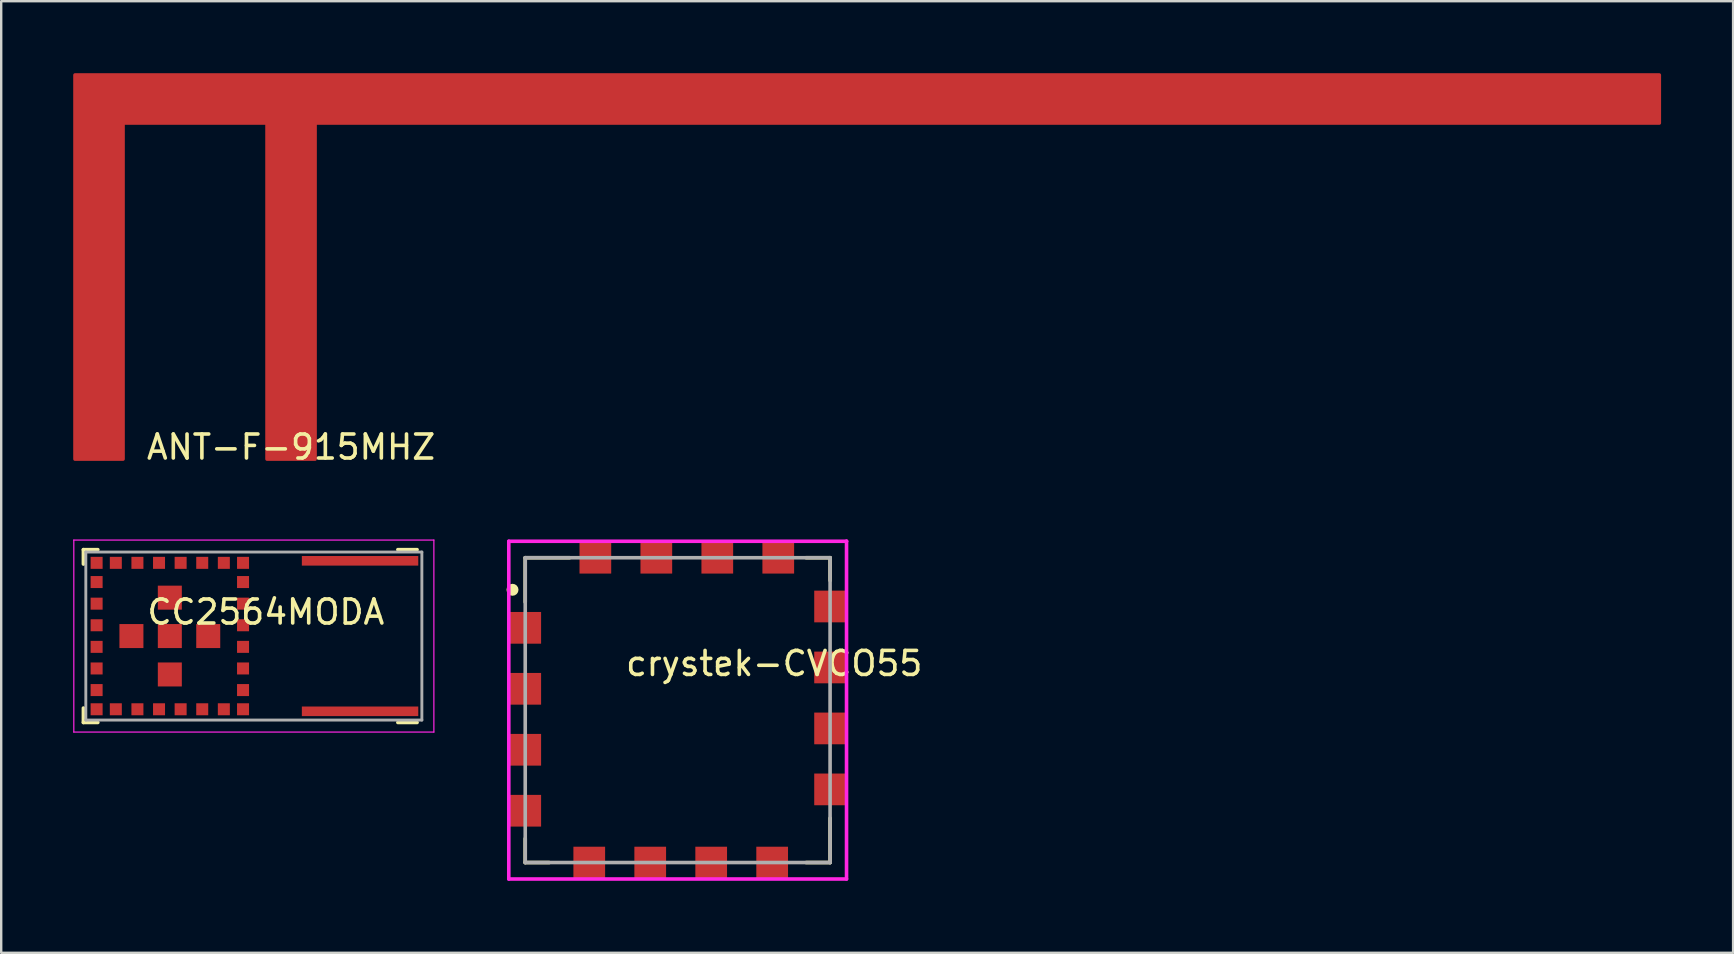
<source format=kicad_pcb>
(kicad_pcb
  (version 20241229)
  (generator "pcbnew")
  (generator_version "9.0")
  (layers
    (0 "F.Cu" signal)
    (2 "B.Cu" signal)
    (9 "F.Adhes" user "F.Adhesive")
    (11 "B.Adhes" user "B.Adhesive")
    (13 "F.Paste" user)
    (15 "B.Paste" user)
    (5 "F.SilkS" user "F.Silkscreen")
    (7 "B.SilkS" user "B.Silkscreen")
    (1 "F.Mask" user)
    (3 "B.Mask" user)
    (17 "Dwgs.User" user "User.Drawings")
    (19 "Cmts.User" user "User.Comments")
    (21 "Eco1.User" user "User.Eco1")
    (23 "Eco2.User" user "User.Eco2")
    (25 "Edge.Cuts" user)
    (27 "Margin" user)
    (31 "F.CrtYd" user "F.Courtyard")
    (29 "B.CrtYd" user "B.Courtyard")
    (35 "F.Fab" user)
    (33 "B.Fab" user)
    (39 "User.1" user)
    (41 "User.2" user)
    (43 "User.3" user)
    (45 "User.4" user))
  (footprint "CC2564MODA"
    (layer "F.Cu")
    (at 7.525 23.448)
    (property "Reference" "CC2564MODA" (at 0.5 -1 0) (layer "F.SilkS") (effects (font (size 1 1) (thickness 0.15))))
    (attr through_hole)
    (fp_line (start -7.1 -3.6) (end -7.1 -3) (stroke (width 0.15) (type solid)) (layer "F.SilkS"))
    (fp_line (start -7.1 3) (end -7.1 3.6) (stroke (width 0.15) (type solid)) (layer "F.SilkS"))
    (fp_line (start -7.1 3.6) (end -6.5 3.6) (stroke (width 0.15) (type solid)) (layer "F.SilkS"))
    (fp_line (start -6.5 -3.6) (end -7.1 -3.6) (stroke (width 0.15) (type solid)) (layer "F.SilkS"))
    (fp_line (start 6.8 -3.6) (end 6 -3.6) (stroke (width 0.15) (type solid)) (layer "F.SilkS"))
    (fp_line (start 6.8 3.6) (end 6 3.6) (stroke (width 0.15) (type solid)) (layer "F.SilkS"))
    (fp_line (start -7.5 -4) (end -7.5 4) (stroke (width 0.05) (type solid)) (layer "F.CrtYd"))
    (fp_line (start -7.5 4) (end 7.5 4) (stroke (width 0.05) (type solid)) (layer "F.CrtYd"))
    (fp_line (start 7.5 -4) (end -7.5 -4) (stroke (width 0.05) (type solid)) (layer "F.CrtYd"))
    (fp_line (start 7.5 4) (end 7.5 -4) (stroke (width 0.05) (type solid)) (layer "F.CrtYd"))
    (fp_line (start -7 -3.5) (end 7 -3.5) (stroke (width 0.12) (type solid)) (layer "F.Fab"))
    (fp_line (start -7 3.5) (end -7 -3.5) (stroke (width 0.12) (type solid)) (layer "F.Fab"))
    (fp_line (start 7 -3.5) (end 7 3.5) (stroke (width 0.12) (type solid)) (layer "F.Fab"))
    (fp_line (start 7 3.5) (end -7 3.5) (stroke (width 0.12) (type solid)) (layer "F.Fab"))
    (pad "1" smd rect (at -6.55 -2.25) (size 0.5 0.5) (layers "F.Cu" "F.Mask" "F.Paste"))
    (pad "2" smd rect (at -6.55 -1.35) (size 0.5 0.5) (layers "F.Cu" "F.Mask" "F.Paste"))
    (pad "3" smd rect (at -6.55 -0.45) (size 0.5 0.5) (layers "F.Cu" "F.Mask" "F.Paste"))
    (pad "4" smd rect (at -6.55 0.45) (size 0.5 0.5) (layers "F.Cu" "F.Mask" "F.Paste"))
    (pad "5" smd rect (at -6.55 1.35) (size 0.5 0.5) (layers "F.Cu" "F.Mask" "F.Paste"))
    (pad "6" smd rect (at -6.55 2.25) (size 0.5 0.5) (layers "F.Cu" "F.Mask" "F.Paste"))
    (pad "7" smd rect (at -5.75 3.05) (size 0.5 0.5) (layers "F.Cu" "F.Mask" "F.Paste"))
    (pad "8" smd rect (at -4.85 3.05) (size 0.5 0.5) (layers "F.Cu" "F.Mask" "F.Paste"))
    (pad "9" smd rect (at -3.95 3.05) (size 0.5 0.5) (layers "F.Cu" "F.Mask" "F.Paste"))
    (pad "10" smd rect (at -3.05 3.05) (size 0.5 0.5) (layers "F.Cu" "F.Mask" "F.Paste"))
    (pad "11" smd rect (at -2.15 3.05) (size 0.5 0.5) (layers "F.Cu" "F.Mask" "F.Paste"))
    (pad "12" smd rect (at -1.25 3.05) (size 0.5 0.5) (layers "F.Cu" "F.Mask" "F.Paste"))
    (pad "13" smd rect (at -0.45 2.25) (size 0.5 0.5) (layers "F.Cu" "F.Mask" "F.Paste"))
    (pad "14" smd rect (at -0.45 1.35) (size 0.5 0.5) (layers "F.Cu" "F.Mask" "F.Paste"))
    (pad "15" smd rect (at -0.45 0.45) (size 0.5 0.5) (layers "F.Cu" "F.Mask" "F.Paste"))
    (pad "16" smd rect (at -0.45 -0.45) (size 0.5 0.5) (layers "F.Cu" "F.Mask" "F.Paste"))
    (pad "17" smd rect (at -0.45 -1.35) (size 0.5 0.5) (layers "F.Cu" "F.Mask" "F.Paste"))
    (pad "18" smd rect (at -0.45 -2.25) (size 0.5 0.5) (layers "F.Cu" "F.Mask" "F.Paste"))
    (pad "19" smd rect (at -1.25 -3.05) (size 0.5 0.5) (layers "F.Cu" "F.Mask" "F.Paste"))
    (pad "20" smd rect (at -2.15 -3.05) (size 0.5 0.5) (layers "F.Cu" "F.Mask" "F.Paste"))
    (pad "21" smd rect (at -3.05 -3.05) (size 0.5 0.5) (layers "F.Cu" "F.Mask" "F.Paste"))
    (pad "22" smd rect (at -3.95 -3.05) (size 0.5 0.5) (layers "F.Cu" "F.Mask" "F.Paste"))
    (pad "23" smd rect (at -4.85 -3.05) (size 0.5 0.5) (layers "F.Cu" "F.Mask" "F.Paste"))
    (pad "24" smd rect (at -5.75 -3.05) (size 0.5 0.5) (layers "F.Cu" "F.Mask" "F.Paste"))
    (pad "25" smd rect (at -5.1 0) (size 1 1) (layers "F.Cu" "F.Mask" "F.Paste"))
    (pad "26" smd rect (at -3.5 1.6) (size 1 1) (layers "F.Cu" "F.Mask" "F.Paste"))
    (pad "27" smd rect (at -3.5 0) (size 1 1) (layers "F.Cu" "F.Mask" "F.Paste"))
    (pad "28" smd rect (at -3.5 -1.6) (size 1 1) (layers "F.Cu" "F.Mask" "F.Paste"))
    (pad "29" smd rect (at -1.9 0) (size 1 1) (layers "F.Cu" "F.Mask" "F.Paste"))
    (pad "30" smd rect (at -6.55 -3.05) (size 0.5 0.5) (layers "F.Cu" "F.Mask" "F.Paste"))
    (pad "31" smd rect (at -6.55 3.05) (size 0.5 0.5) (layers "F.Cu" "F.Mask" "F.Paste"))
    (pad "32" smd rect (at -0.45 3.05) (size 0.5 0.5) (layers "F.Cu" "F.Mask" "F.Paste"))
    (pad "33" smd rect (at -0.45 -3.05) (size 0.5 0.5) (layers "F.Cu" "F.Mask" "F.Paste"))
    (pad "34" smd rect (at 4.425 3.135) (size 4.85 0.4) (layers "F.Cu" "F.Mask" "F.Paste"))
    (pad "35" smd rect (at 4.425 -3.135) (size 4.85 0.4) (layers "F.Cu" "F.Mask" "F.Paste")))
  (footprint "crystek-CVCO55"
    (layer "F.Cu")
    (at 25.181 26.534)
    (property "Reference" "crystek-CVCO55" (at -2.243 -1.943 0) (layer "F.SilkS") (effects (font (size 1 1) (thickness 0.15)) (justify left)))
    (attr through_hole)
    (fp_line (start -6.35 -6.35) (end -6.35 -4.5) (stroke (width 0.15) (type solid)) (layer "F.SilkS"))
    (fp_line (start -6.35 -6.35) (end -4.5 -6.35) (stroke (width 0.15) (type solid)) (layer "F.SilkS"))
    (fp_line (start -6.35 5.35) (end -6.35 6.35) (stroke (width 0.15) (type solid)) (layer "F.SilkS"))
    (fp_line (start -6.35 6.35) (end -5.35 6.35) (stroke (width 0.15) (type solid)) (layer "F.SilkS"))
    (fp_line (start 5.35 -6.35) (end 6.35 -6.35) (stroke (width 0.15) (type solid)) (layer "F.SilkS"))
    (fp_line (start 5.35 6.35) (end 6.35 6.35) (stroke (width 0.15) (type solid)) (layer "F.SilkS"))
    (fp_line (start 6.35 -6.35) (end 6.35 -5.4) (stroke (width 0.15) (type solid)) (layer "F.SilkS"))
    (fp_line (start 6.35 4.5) (end 6.35 6.35) (stroke (width 0.15) (type solid)) (layer "F.SilkS"))
    (fp_circle (center -6.881 -5.014) (end -6.756 -5.014) (stroke (width 0.25) (type solid)) (fill no) (layer "F.SilkS"))
    (fp_line (start -7.035 -7.035) (end -7.035 7.035) (stroke (width 0.15) (type solid)) (layer "F.CrtYd"))
    (fp_line (start -7.035 7.035) (end 7.035 7.035) (stroke (width 0.15) (type solid)) (layer "F.CrtYd"))
    (fp_line (start 7.035 -7.035) (end -7.035 -7.035) (stroke (width 0.15) (type solid)) (layer "F.CrtYd"))
    (fp_line (start 7.035 -7.035) (end 7.035 -7.035) (stroke (width 0.15) (type solid)) (layer "F.CrtYd"))
    (fp_line (start 7.035 7.035) (end 7.035 -7.035) (stroke (width 0.15) (type solid)) (layer "F.CrtYd"))
    (fp_line (start -6.35 -6.35) (end 6.35 -6.35) (stroke (width 0.15) (type solid)) (layer "F.Fab"))
    (fp_line (start -6.35 6.35) (end -6.35 -6.35) (stroke (width 0.15) (type solid)) (layer "F.Fab"))
    (fp_line (start 6.35 -6.35) (end 6.35 6.35) (stroke (width 0.15) (type solid)) (layer "F.Fab"))
    (fp_line (start 6.35 6.35) (end -6.35 6.35) (stroke (width 0.15) (type solid)) (layer "F.Fab"))
    (pad "1" smd rect (at -6.35 -3.429) (size 1.321 1.321) (layers "F.Cu" "F.Mask" "F.Paste"))
    (pad "2" smd rect (at -6.35 -0.889) (size 1.321 1.321) (layers "F.Cu" "F.Mask" "F.Paste"))
    (pad "3" smd rect (at -6.35 1.651) (size 1.321 1.321) (layers "F.Cu" "F.Mask" "F.Paste"))
    (pad "4" smd rect (at -6.35 4.191) (size 1.321 1.321) (layers "F.Cu" "F.Mask" "F.Paste"))
    (pad "5" smd rect (at -3.683 6.35) (size 1.321 1.321) (layers "F.Cu" "F.Mask" "F.Paste"))
    (pad "6" smd rect (at -1.143 6.35) (size 1.321 1.321) (layers "F.Cu" "F.Mask" "F.Paste"))
    (pad "7" smd rect (at 1.397 6.35) (size 1.321 1.321) (layers "F.Cu" "F.Mask" "F.Paste"))
    (pad "8" smd rect (at 3.937 6.35) (size 1.321 1.321) (layers "F.Cu" "F.Mask" "F.Paste"))
    (pad "9" smd rect (at 6.35 3.302) (size 1.321 1.321) (layers "F.Cu" "F.Mask" "F.Paste"))
    (pad "10" smd rect (at 6.35 0.762) (size 1.321 1.321) (layers "F.Cu" "F.Mask" "F.Paste"))
    (pad "11" smd rect (at 6.35 -1.778) (size 1.321 1.321) (layers "F.Cu" "F.Mask" "F.Paste"))
    (pad "12" smd rect (at 6.35 -4.318) (size 1.321 1.321) (layers "F.Cu" "F.Mask" "F.Paste"))
    (pad "13" smd rect (at 4.191 -6.35) (size 1.321 1.321) (layers "F.Cu" "F.Mask" "F.Paste"))
    (pad "14" smd rect (at 1.651 -6.35) (size 1.321 1.321) (layers "F.Cu" "F.Mask" "F.Paste"))
    (pad "15" smd rect (at -0.889 -6.35) (size 1.321 1.321) (layers "F.Cu" "F.Mask" "F.Paste"))
    (pad "16" smd rect (at -3.429 -6.35) (size 1.321 1.321) (layers "F.Cu" "F.Mask" "F.Paste")))
  (footprint "ANT-F-915MHZ"
    (layer "F.Cu")
    (at 9.075 15.075)
    (property "Reference" "ANT-F-915MHZ" (at 0 0.5 0) (layer "F.SilkS") (effects (font (size 1 1) (thickness 0.15))))
    (attr through_hole)
    (fp_poly (pts (xy -7 1) (xy -9 1) (xy -9 -15) (xy 57 -15) (xy 57 -13) (xy 1 -13) (xy 1 1) (xy -1 1) (xy -1 -13) (xy -7 -13)) (stroke (width 0.15) (type solid)) (fill yes) (layer "F.Cu"))
    (pad "1" smd circle (at 0 0) (size 1.524 1.524) (layers "F.Cu" "F.Mask" "F.Paste"))
    (pad "2" smd circle (at -8 0) (size 1.524 1.524) (layers "F.Cu" "F.Mask" "F.Paste")))
  (gr_rect
    (start -3 -3)
    (end 69.15 36.644)
    (stroke (width 0.1) (type default))
    (fill no)
    (layer "Edge.Cuts")))
</source>
